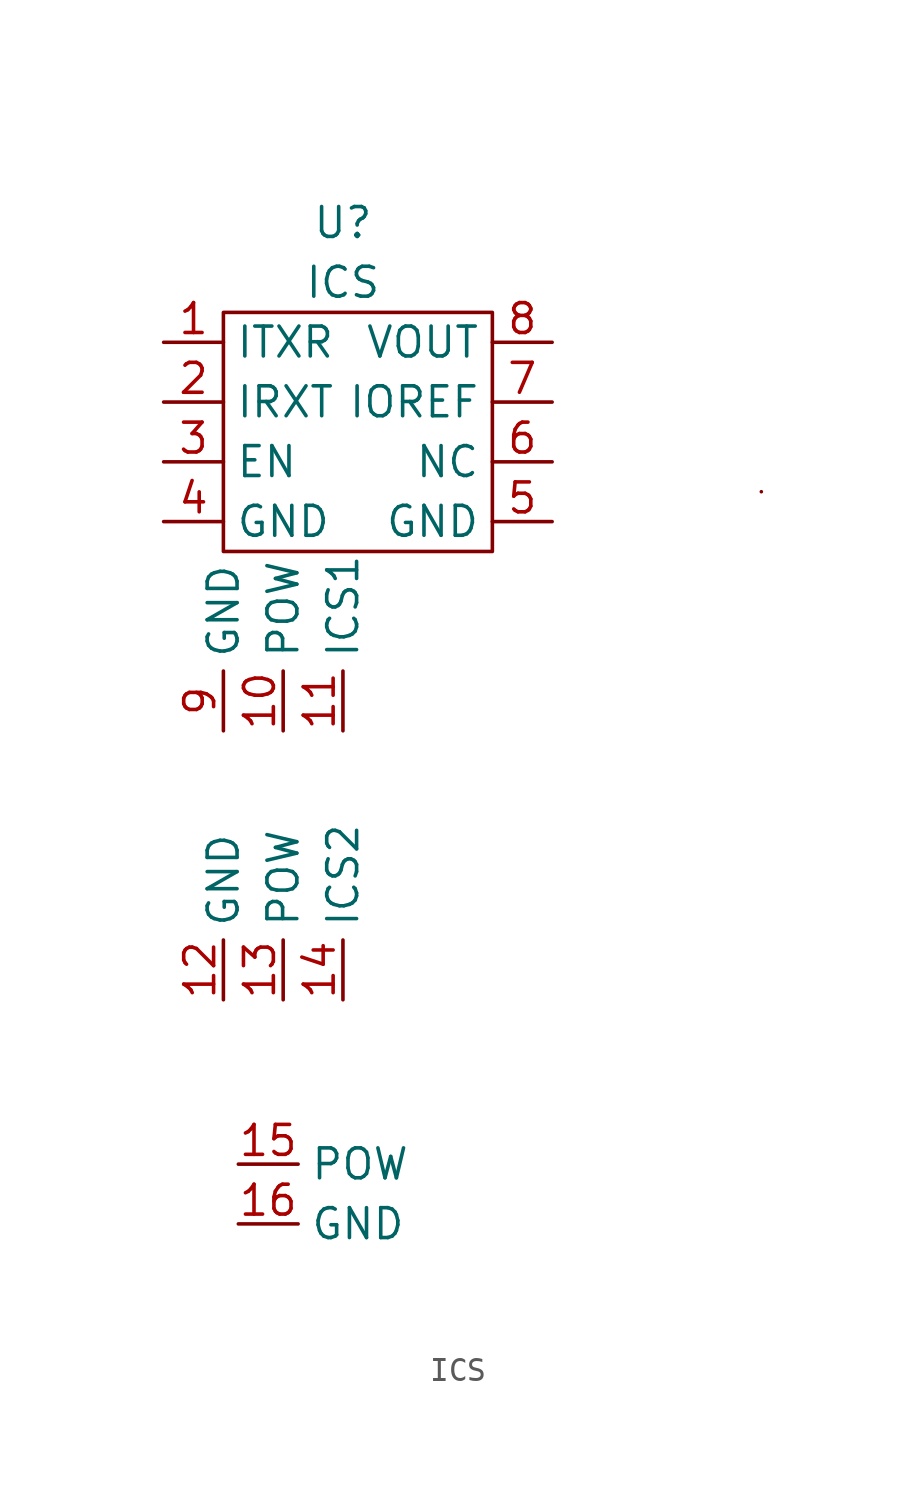
<source format=kicad_sym>
(kicad_symbol_lib
  (version 20211014)
  (generator kicad_symbol_editor)
  (symbol "ICS"
    (property "Reference" "U"
      (at 5.08 3.81 0)
      (effects (font (size 1.27 1.27))))
    (property "Value" "ICS"
      (at 5.08 1.27 0)
      (effects (font (size 1.27 1.27))))
    (symbol "ICS_0_1"
      (rectangle (start 0 0) (end 11.43 -10.16) (stroke (width 0) (type default) (color 0 0 0 0)) (fill (type none)))
      (rectangle (start 22.86 -7.62) (end 22.86 -7.62) (stroke (width 0) (type default) (color 0 0 0 0)) (fill (type none))))
    (symbol "ICS_1_1"
      (pin input line (at -2.54 -1.27 0) (length 2.54) (name "ITXR" (effects (font (size 1.27 1.27)))) (number "1" (effects (font (size 1.27 1.27)))))
      (pin input line (at 2.54 -17.78 90) (length 2.54) (name "POW" (effects (font (size 1.27 1.27)))) (number "10" (effects (font (size 1.27 1.27)))))
      (pin input line (at 5.08 -17.78 90) (length 2.54) (name "ICS1" (effects (font (size 1.27 1.27)))) (number "11" (effects (font (size 1.27 1.27)))))
      (pin input line (at 0 -29.21 90) (length 2.54) (name "GND" (effects (font (size 1.27 1.27)))) (number "12" (effects (font (size 1.27 1.27)))))
      (pin input line (at 2.54 -29.21 90) (length 2.54) (name "POW" (effects (font (size 1.27 1.27)))) (number "13" (effects (font (size 1.27 1.27)))))
      (pin input line (at 5.08 -29.21 90) (length 2.54) (name "ICS2" (effects (font (size 1.27 1.27)))) (number "14" (effects (font (size 1.27 1.27)))))
      (pin input line (at 0.635 -36.195 0) (length 2.54) (name "POW" (effects (font (size 1.27 1.27)))) (number "15" (effects (font (size 1.27 1.27)))))
      (pin input line (at 0.635 -38.735 0) (length 2.54) (name "GND" (effects (font (size 1.27 1.27)))) (number "16" (effects (font (size 1.27 1.27)))))
      (pin input line (at -2.54 -3.81 0) (length 2.54) (name "IRXT" (effects (font (size 1.27 1.27)))) (number "2" (effects (font (size 1.27 1.27)))))
      (pin input line (at -2.54 -6.35 0) (length 2.54) (name "EN" (effects (font (size 1.27 1.27)))) (number "3" (effects (font (size 1.27 1.27)))))
      (pin input line (at -2.54 -8.89 0) (length 2.54) (name "GND" (effects (font (size 1.27 1.27)))) (number "4" (effects (font (size 1.27 1.27)))))
      (pin input line (at 13.97 -8.89 180) (length 2.54) (name "GND" (effects (font (size 1.27 1.27)))) (number "5" (effects (font (size 1.27 1.27)))))
      (pin input line (at 13.97 -6.35 180) (length 2.54) (name "NC" (effects (font (size 1.27 1.27)))) (number "6" (effects (font (size 1.27 1.27)))))
      (pin input line (at 13.97 -3.81 180) (length 2.54) (name "IOREF" (effects (font (size 1.27 1.27)))) (number "7" (effects (font (size 1.27 1.27)))))
      (pin input line (at 13.97 -1.27 180) (length 2.54) (name "VOUT" (effects (font (size 1.27 1.27)))) (number "8" (effects (font (size 1.27 1.27)))))
      (pin input line (at 0 -17.78 90) (length 2.54) (name "GND" (effects (font (size 1.27 1.27)))) (number "9" (effects (font (size 1.27 1.27))))))))
</source>
